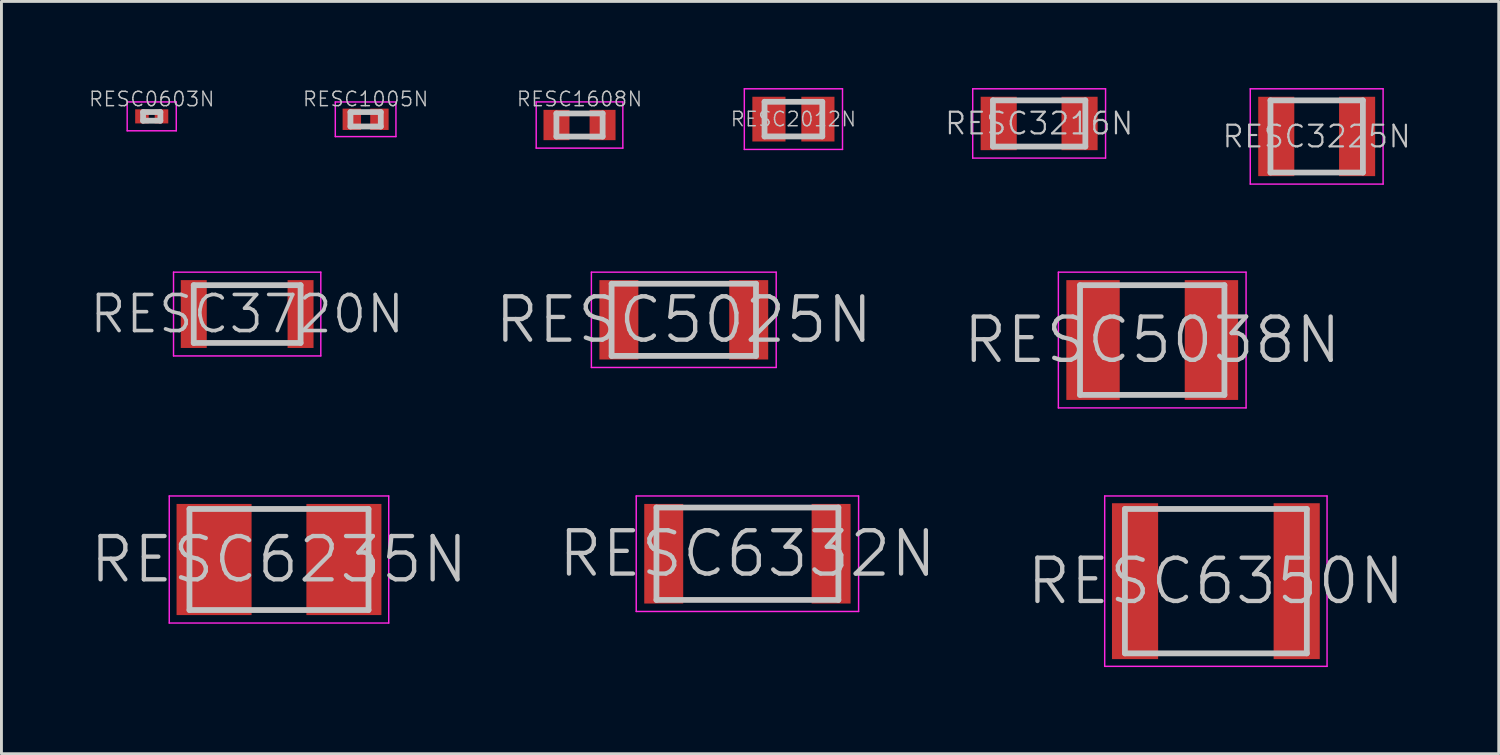
<source format=kicad_pcb>
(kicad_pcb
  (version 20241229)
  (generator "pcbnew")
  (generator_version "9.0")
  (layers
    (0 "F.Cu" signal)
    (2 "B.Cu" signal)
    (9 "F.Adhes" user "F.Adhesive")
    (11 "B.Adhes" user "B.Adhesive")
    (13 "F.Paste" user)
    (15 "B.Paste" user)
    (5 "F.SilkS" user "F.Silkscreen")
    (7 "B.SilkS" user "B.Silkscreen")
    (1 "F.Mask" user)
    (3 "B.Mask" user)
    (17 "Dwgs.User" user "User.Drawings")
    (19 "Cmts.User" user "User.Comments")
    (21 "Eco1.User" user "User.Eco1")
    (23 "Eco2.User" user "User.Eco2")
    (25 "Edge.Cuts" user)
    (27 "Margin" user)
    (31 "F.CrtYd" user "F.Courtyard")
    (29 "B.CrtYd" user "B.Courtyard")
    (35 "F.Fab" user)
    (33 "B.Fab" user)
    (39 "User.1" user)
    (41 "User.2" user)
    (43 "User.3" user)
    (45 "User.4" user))
  (footprint "RESC1005N"
    (layer "F.Cu")
    (at 9.611 1.081)
    (property "Reference" "RESC1005N" (at 0 -0.701 0) (layer "Dwgs.User") (effects (font (size 0.5 0.5) (thickness 0.05))))
    (attr smd)
    (fp_line (start -0.525 -0.25) (end -0.525 0.25) (stroke (width 0.2) (type solid)) (layer "Dwgs.User"))
    (fp_line (start -0.525 -0.25) (end 0.525 -0.25) (stroke (width 0.2) (type solid)) (layer "Dwgs.User"))
    (fp_line (start -0.525 0.25) (end 0.525 0.25) (stroke (width 0.2) (type solid)) (layer "Dwgs.User"))
    (fp_line (start 0.525 -0.25) (end 0.525 0.25) (stroke (width 0.2) (type solid)) (layer "Dwgs.User"))
    (fp_line (start -1.05 -0.6) (end -1.05 0.6) (stroke (width 0.05) (type solid)) (layer "F.CrtYd"))
    (fp_line (start -1.05 -0.6) (end 1.05 -0.6) (stroke (width 0.05) (type solid)) (layer "F.CrtYd"))
    (fp_line (start -1.05 0.6) (end 1.05 0.6) (stroke (width 0.05) (type solid)) (layer "F.CrtYd"))
    (fp_line (start 1.05 -0.6) (end 1.05 0.6) (stroke (width 0.05) (type solid)) (layer "F.CrtYd"))
    (pad "1" smd rect (at -0.478 0 90) (size 0.739 0.638) (layers "F.Cu" "F.Mask" "F.Paste"))
    (pad "2" smd rect (at 0.478 0 270) (size 0.739 0.638) (layers "F.Cu" "F.Mask" "F.Paste")))
  (footprint "RESC6332N"
    (layer "F.Cu")
    (at 22.832 16.125)
    (property "Reference" "RESC6332N" (at 0 0 0) (layer "Dwgs.User") (effects (font (size 1.5 1.5) (thickness 0.15))))
    (attr smd)
    (fp_line (start -3.15 -1.6) (end -3.15 1.6) (stroke (width 0.2) (type solid)) (layer "Dwgs.User"))
    (fp_line (start -3.15 -1.6) (end 3.15 -1.6) (stroke (width 0.2) (type solid)) (layer "Dwgs.User"))
    (fp_line (start -3.15 1.6) (end 3.15 1.6) (stroke (width 0.2) (type solid)) (layer "Dwgs.User"))
    (fp_line (start 3.15 -1.6) (end 3.15 1.6) (stroke (width 0.2) (type solid)) (layer "Dwgs.User"))
    (fp_line (start -3.85 -2) (end -3.85 2) (stroke (width 0.05) (type solid)) (layer "F.CrtYd"))
    (fp_line (start -3.85 -2) (end 3.85 -2) (stroke (width 0.05) (type solid)) (layer "F.CrtYd"))
    (fp_line (start -3.85 2) (end 3.85 2) (stroke (width 0.05) (type solid)) (layer "F.CrtYd"))
    (fp_line (start 3.85 -2) (end 3.85 2) (stroke (width 0.05) (type solid)) (layer "F.CrtYd"))
    (pad "1" smd rect (at -2.898 0 90) (size 3.449 1.349) (layers "F.Cu" "F.Mask" "F.Paste"))
    (pad "2" smd rect (at 2.898 0 270) (size 3.449 1.349) (layers "F.Cu" "F.Mask" "F.Paste")))
  (footprint "RESC0603N"
    (layer "F.Cu")
    (at 2.204 0.98)
    (property "Reference" "RESC0603N" (at 0 -0.599 0) (layer "Dwgs.User") (effects (font (size 0.5 0.5) (thickness 0.05))))
    (attr smd)
    (fp_line (start -0.3 -0.15) (end -0.3 0.15) (stroke (width 0.2) (type solid)) (layer "Dwgs.User"))
    (fp_line (start -0.3 -0.15) (end 0.3 -0.15) (stroke (width 0.2) (type solid)) (layer "Dwgs.User"))
    (fp_line (start -0.3 0.15) (end 0.3 0.15) (stroke (width 0.2) (type solid)) (layer "Dwgs.User"))
    (fp_line (start 0.3 -0.15) (end 0.3 0.15) (stroke (width 0.2) (type solid)) (layer "Dwgs.User"))
    (fp_line (start -0.85 -0.5) (end -0.85 0.5) (stroke (width 0.05) (type solid)) (layer "F.CrtYd"))
    (fp_line (start -0.85 -0.5) (end 0.85 -0.5) (stroke (width 0.05) (type solid)) (layer "F.CrtYd"))
    (fp_line (start -0.85 0.5) (end 0.85 0.5) (stroke (width 0.05) (type solid)) (layer "F.CrtYd"))
    (fp_line (start 0.85 -0.5) (end 0.85 0.5) (stroke (width 0.05) (type solid)) (layer "F.CrtYd"))
    (pad "1" smd rect (at -0.338 0 90) (size 0.488 0.47) (layers "F.Cu" "F.Mask" "F.Paste"))
    (pad "2" smd rect (at 0.338 0 270) (size 0.488 0.47) (layers "F.Cu" "F.Mask" "F.Paste")))
  (footprint "RESC5025N"
    (layer "F.Cu")
    (at 20.629 8.025)
    (property "Reference" "RESC5025N" (at 0 0 0) (layer "Dwgs.User") (effects (font (size 1.5 1.5) (thickness 0.15))))
    (attr smd)
    (fp_line (start -2.5 -1.25) (end -2.5 1.25) (stroke (width 0.2) (type solid)) (layer "Dwgs.User"))
    (fp_line (start -2.5 -1.25) (end 2.5 -1.25) (stroke (width 0.2) (type solid)) (layer "Dwgs.User"))
    (fp_line (start -2.5 1.25) (end 2.5 1.25) (stroke (width 0.2) (type solid)) (layer "Dwgs.User"))
    (fp_line (start 2.5 -1.25) (end 2.5 1.25) (stroke (width 0.2) (type solid)) (layer "Dwgs.User"))
    (fp_line (start -3.2 -1.65) (end -3.2 1.65) (stroke (width 0.05) (type solid)) (layer "F.CrtYd"))
    (fp_line (start -3.2 -1.65) (end 3.2 -1.65) (stroke (width 0.05) (type solid)) (layer "F.CrtYd"))
    (fp_line (start -3.2 1.65) (end 3.2 1.65) (stroke (width 0.05) (type solid)) (layer "F.CrtYd"))
    (fp_line (start 3.2 -1.65) (end 3.2 1.65) (stroke (width 0.05) (type solid)) (layer "F.CrtYd"))
    (pad "1" smd rect (at -2.248 0 90) (size 2.748 1.349) (layers "F.Cu" "F.Mask" "F.Paste"))
    (pad "2" smd rect (at 2.248 0 270) (size 2.748 1.349) (layers "F.Cu" "F.Mask" "F.Paste")))
  (footprint "RESC6235N"
    (layer "F.Cu")
    (at 6.611 16.325)
    (property "Reference" "RESC6235N" (at 0 0 0) (layer "Dwgs.User") (effects (font (size 1.5 1.5) (thickness 0.15))))
    (attr smd)
    (fp_line (start -3.1 -1.75) (end -3.1 1.75) (stroke (width 0.2) (type solid)) (layer "Dwgs.User"))
    (fp_line (start -3.1 -1.75) (end 3.1 -1.75) (stroke (width 0.2) (type solid)) (layer "Dwgs.User"))
    (fp_line (start -3.1 1.75) (end 3.1 1.75) (stroke (width 0.2) (type solid)) (layer "Dwgs.User"))
    (fp_line (start 3.1 -1.75) (end 3.1 1.75) (stroke (width 0.2) (type solid)) (layer "Dwgs.User"))
    (fp_line (start -3.8 -2.2) (end -3.8 2.2) (stroke (width 0.05) (type solid)) (layer "F.CrtYd"))
    (fp_line (start -3.8 -2.2) (end 3.8 -2.2) (stroke (width 0.05) (type solid)) (layer "F.CrtYd"))
    (fp_line (start -3.8 2.2) (end 3.8 2.2) (stroke (width 0.05) (type solid)) (layer "F.CrtYd"))
    (fp_line (start 3.8 -2.2) (end 3.8 2.2) (stroke (width 0.05) (type solid)) (layer "F.CrtYd"))
    (pad "1" smd rect (at -2.248 0 90) (size 3.848 2.598) (layers "F.Cu" "F.Mask" "F.Paste"))
    (pad "2" smd rect (at 2.248 0 270) (size 3.848 2.598) (layers "F.Cu" "F.Mask" "F.Paste")))
  (footprint "RESC2012N"
    (layer "F.Cu")
    (at 24.425 1.075)
    (property "Reference" "RESC2012N" (at 0 0 0) (layer "Dwgs.User") (effects (font (size 0.5 0.5) (thickness 0.05))))
    (attr smd)
    (fp_line (start -1 -0.6) (end -1 0.6) (stroke (width 0.2) (type solid)) (layer "Dwgs.User"))
    (fp_line (start -1 -0.6) (end 1 -0.6) (stroke (width 0.2) (type solid)) (layer "Dwgs.User"))
    (fp_line (start -1 0.6) (end 1 0.6) (stroke (width 0.2) (type solid)) (layer "Dwgs.User"))
    (fp_line (start 1 -0.6) (end 1 0.6) (stroke (width 0.2) (type solid)) (layer "Dwgs.User"))
    (fp_line (start -1.7 -1.05) (end -1.7 1.05) (stroke (width 0.05) (type solid)) (layer "F.CrtYd"))
    (fp_line (start -1.7 -1.05) (end 1.7 -1.05) (stroke (width 0.05) (type solid)) (layer "F.CrtYd"))
    (fp_line (start -1.7 1.05) (end 1.7 1.05) (stroke (width 0.05) (type solid)) (layer "F.CrtYd"))
    (fp_line (start 1.7 -1.05) (end 1.7 1.05) (stroke (width 0.05) (type solid)) (layer "F.CrtYd"))
    (pad "1" smd rect (at -0.848 0 90) (size 1.549 1.148) (layers "F.Cu" "F.Mask" "F.Paste"))
    (pad "2" smd rect (at 0.848 0 270) (size 1.549 1.148) (layers "F.Cu" "F.Mask" "F.Paste")))
  (footprint "RESC3216N"
    (layer "F.Cu")
    (at 32.934 1.225)
    (property "Reference" "RESC3216N" (at 0 0 0) (layer "Dwgs.User") (effects (font (size 0.75 0.75) (thickness 0.075))))
    (attr smd)
    (fp_line (start -1.6 -0.8) (end -1.6 0.8) (stroke (width 0.2) (type solid)) (layer "Dwgs.User"))
    (fp_line (start -1.6 -0.8) (end 1.6 -0.8) (stroke (width 0.2) (type solid)) (layer "Dwgs.User"))
    (fp_line (start -1.6 0.8) (end 1.6 0.8) (stroke (width 0.2) (type solid)) (layer "Dwgs.User"))
    (fp_line (start 1.6 -0.8) (end 1.6 0.8) (stroke (width 0.2) (type solid)) (layer "Dwgs.User"))
    (fp_line (start -2.3 -1.2) (end -2.3 1.2) (stroke (width 0.05) (type solid)) (layer "F.CrtYd"))
    (fp_line (start -2.3 -1.2) (end 2.3 -1.2) (stroke (width 0.05) (type solid)) (layer "F.CrtYd"))
    (fp_line (start -2.3 1.2) (end 2.3 1.2) (stroke (width 0.05) (type solid)) (layer "F.CrtYd"))
    (fp_line (start 2.3 -1.2) (end 2.3 1.2) (stroke (width 0.05) (type solid)) (layer "F.CrtYd"))
    (pad "1" smd rect (at -1.4 0 90) (size 1.849 1.25) (layers "F.Cu" "F.Mask" "F.Paste"))
    (pad "2" smd rect (at 1.4 0 270) (size 1.849 1.25) (layers "F.Cu" "F.Mask" "F.Paste")))
  (footprint "RESC5038N"
    (layer "F.Cu")
    (at 36.85 8.725)
    (property "Reference" "RESC5038N" (at 0 0 0) (layer "Dwgs.User") (effects (font (size 1.5 1.5) (thickness 0.15))))
    (attr smd)
    (fp_line (start -2.5 -1.9) (end -2.5 1.9) (stroke (width 0.2) (type solid)) (layer "Dwgs.User"))
    (fp_line (start -2.5 -1.9) (end 2.5 -1.9) (stroke (width 0.2) (type solid)) (layer "Dwgs.User"))
    (fp_line (start -2.5 1.9) (end 2.5 1.9) (stroke (width 0.2) (type solid)) (layer "Dwgs.User"))
    (fp_line (start 2.5 -1.9) (end 2.5 1.9) (stroke (width 0.2) (type solid)) (layer "Dwgs.User"))
    (fp_line (start -3.25 -2.35) (end -3.25 2.35) (stroke (width 0.05) (type solid)) (layer "F.CrtYd"))
    (fp_line (start -3.25 -2.35) (end 3.25 -2.35) (stroke (width 0.05) (type solid)) (layer "F.CrtYd"))
    (fp_line (start -3.25 2.35) (end 3.25 2.35) (stroke (width 0.05) (type solid)) (layer "F.CrtYd"))
    (fp_line (start 3.25 -2.35) (end 3.25 2.35) (stroke (width 0.05) (type solid)) (layer "F.CrtYd"))
    (pad "1" smd rect (at -2.05 0 90) (size 4.148 1.849) (layers "F.Cu" "F.Mask" "F.Paste"))
    (pad "2" smd rect (at 2.05 0 270) (size 4.148 1.849) (layers "F.Cu" "F.Mask" "F.Paste")))
  (footprint "RESC3720N"
    (layer "F.Cu")
    (at 5.509 7.825)
    (property "Reference" "RESC3720N" (at 0 0 0) (layer "Dwgs.User") (effects (font (size 1.25 1.25) (thickness 0.125))))
    (attr smd)
    (fp_line (start -1.85 -1) (end -1.85 1) (stroke (width 0.2) (type solid)) (layer "Dwgs.User"))
    (fp_line (start -1.85 -1) (end 1.85 -1) (stroke (width 0.2) (type solid)) (layer "Dwgs.User"))
    (fp_line (start -1.85 1) (end 1.85 1) (stroke (width 0.2) (type solid)) (layer "Dwgs.User"))
    (fp_line (start 1.85 -1) (end 1.85 1) (stroke (width 0.2) (type solid)) (layer "Dwgs.User"))
    (fp_line (start -2.55 -1.45) (end -2.55 1.45) (stroke (width 0.05) (type solid)) (layer "F.CrtYd"))
    (fp_line (start -2.55 -1.45) (end 2.55 -1.45) (stroke (width 0.05) (type solid)) (layer "F.CrtYd"))
    (fp_line (start -2.55 1.45) (end 2.55 1.45) (stroke (width 0.05) (type solid)) (layer "F.CrtYd"))
    (fp_line (start 2.55 -1.45) (end 2.55 1.45) (stroke (width 0.05) (type solid)) (layer "F.CrtYd"))
    (pad "1" smd rect (at -1.849 0 90) (size 2.349 0.899) (layers "F.Cu" "F.Mask" "F.Paste"))
    (pad "2" smd rect (at 1.849 0 270) (size 2.349 0.899) (layers "F.Cu" "F.Mask" "F.Paste")))
  (footprint "RESC3225N"
    (layer "F.Cu")
    (at 42.545 1.675)
    (property "Reference" "RESC3225N" (at 0 0 0) (layer "Dwgs.User") (effects (font (size 0.75 0.75) (thickness 0.075))))
    (attr smd)
    (fp_line (start -1.6 -1.25) (end -1.6 1.25) (stroke (width 0.2) (type solid)) (layer "Dwgs.User"))
    (fp_line (start -1.6 -1.25) (end 1.6 -1.25) (stroke (width 0.2) (type solid)) (layer "Dwgs.User"))
    (fp_line (start -1.6 1.25) (end 1.6 1.25) (stroke (width 0.2) (type solid)) (layer "Dwgs.User"))
    (fp_line (start 1.6 -1.25) (end 1.6 1.25) (stroke (width 0.2) (type solid)) (layer "Dwgs.User"))
    (fp_line (start -2.3 -1.65) (end -2.3 1.65) (stroke (width 0.05) (type solid)) (layer "F.CrtYd"))
    (fp_line (start -2.3 -1.65) (end 2.3 -1.65) (stroke (width 0.05) (type solid)) (layer "F.CrtYd"))
    (fp_line (start -2.3 1.65) (end 2.3 1.65) (stroke (width 0.05) (type solid)) (layer "F.CrtYd"))
    (fp_line (start 2.3 -1.65) (end 2.3 1.65) (stroke (width 0.05) (type solid)) (layer "F.CrtYd"))
    (pad "1" smd rect (at -1.4 0 90) (size 2.748 1.25) (layers "F.Cu" "F.Mask" "F.Paste"))
    (pad "2" smd rect (at 1.4 0 270) (size 2.748 1.25) (layers "F.Cu" "F.Mask" "F.Paste")))
  (footprint "RESC1608N"
    (layer "F.Cu")
    (at 17.018 1.279)
    (property "Reference" "RESC1608N" (at 0 -0.899 0) (layer "Dwgs.User") (effects (font (size 0.5 0.5) (thickness 0.05))))
    (attr smd)
    (fp_line (start -0.8 -0.4) (end -0.8 0.4) (stroke (width 0.2) (type solid)) (layer "Dwgs.User"))
    (fp_line (start -0.8 -0.4) (end 0.8 -0.4) (stroke (width 0.2) (type solid)) (layer "Dwgs.User"))
    (fp_line (start -0.8 0.4) (end 0.8 0.4) (stroke (width 0.2) (type solid)) (layer "Dwgs.User"))
    (fp_line (start 0.8 -0.4) (end 0.8 0.4) (stroke (width 0.2) (type solid)) (layer "Dwgs.User"))
    (fp_line (start -1.5 -0.8) (end -1.5 0.8) (stroke (width 0.05) (type solid)) (layer "F.CrtYd"))
    (fp_line (start -1.5 -0.8) (end 1.5 -0.8) (stroke (width 0.05) (type solid)) (layer "F.CrtYd"))
    (fp_line (start -1.5 0.8) (end 1.5 0.8) (stroke (width 0.05) (type solid)) (layer "F.CrtYd"))
    (fp_line (start 1.5 -0.8) (end 1.5 0.8) (stroke (width 0.05) (type solid)) (layer "F.CrtYd"))
    (pad "1" smd rect (at -0.798 0 90) (size 1.049 0.899) (layers "F.Cu" "F.Mask" "F.Paste"))
    (pad "2" smd rect (at 0.798 0 270) (size 1.049 0.899) (layers "F.Cu" "F.Mask" "F.Paste")))
  (footprint "RESC6350N"
    (layer "F.Cu")
    (at 39.054 17.075)
    (property "Reference" "RESC6350N" (at 0 0 0) (layer "Dwgs.User") (effects (font (size 1.5 1.5) (thickness 0.15))))
    (attr smd)
    (fp_line (start -3.15 -2.5) (end -3.15 2.5) (stroke (width 0.2) (type solid)) (layer "Dwgs.User"))
    (fp_line (start -3.15 -2.5) (end 3.15 -2.5) (stroke (width 0.2) (type solid)) (layer "Dwgs.User"))
    (fp_line (start -3.15 2.5) (end 3.15 2.5) (stroke (width 0.2) (type solid)) (layer "Dwgs.User"))
    (fp_line (start 3.15 -2.5) (end 3.15 2.5) (stroke (width 0.2) (type solid)) (layer "Dwgs.User"))
    (fp_line (start -3.85 -2.95) (end -3.85 2.95) (stroke (width 0.05) (type solid)) (layer "F.CrtYd"))
    (fp_line (start -3.85 -2.95) (end 3.85 -2.95) (stroke (width 0.05) (type solid)) (layer "F.CrtYd"))
    (fp_line (start -3.85 2.95) (end 3.85 2.95) (stroke (width 0.05) (type solid)) (layer "F.CrtYd"))
    (fp_line (start 3.85 -2.95) (end 3.85 2.95) (stroke (width 0.05) (type solid)) (layer "F.CrtYd"))
    (pad "1" smd rect (at -2.799 0 90) (size 5.397 1.598) (layers "F.Cu" "F.Mask" "F.Paste"))
    (pad "2" smd rect (at 2.799 0 270) (size 5.397 1.598) (layers "F.Cu" "F.Mask" "F.Paste")))
  (gr_rect
    (start -3 -3)
    (end 48.85 23.05)
    (stroke (width 0.1) (type default))
    (fill no)
    (layer "Edge.Cuts")))
</source>
